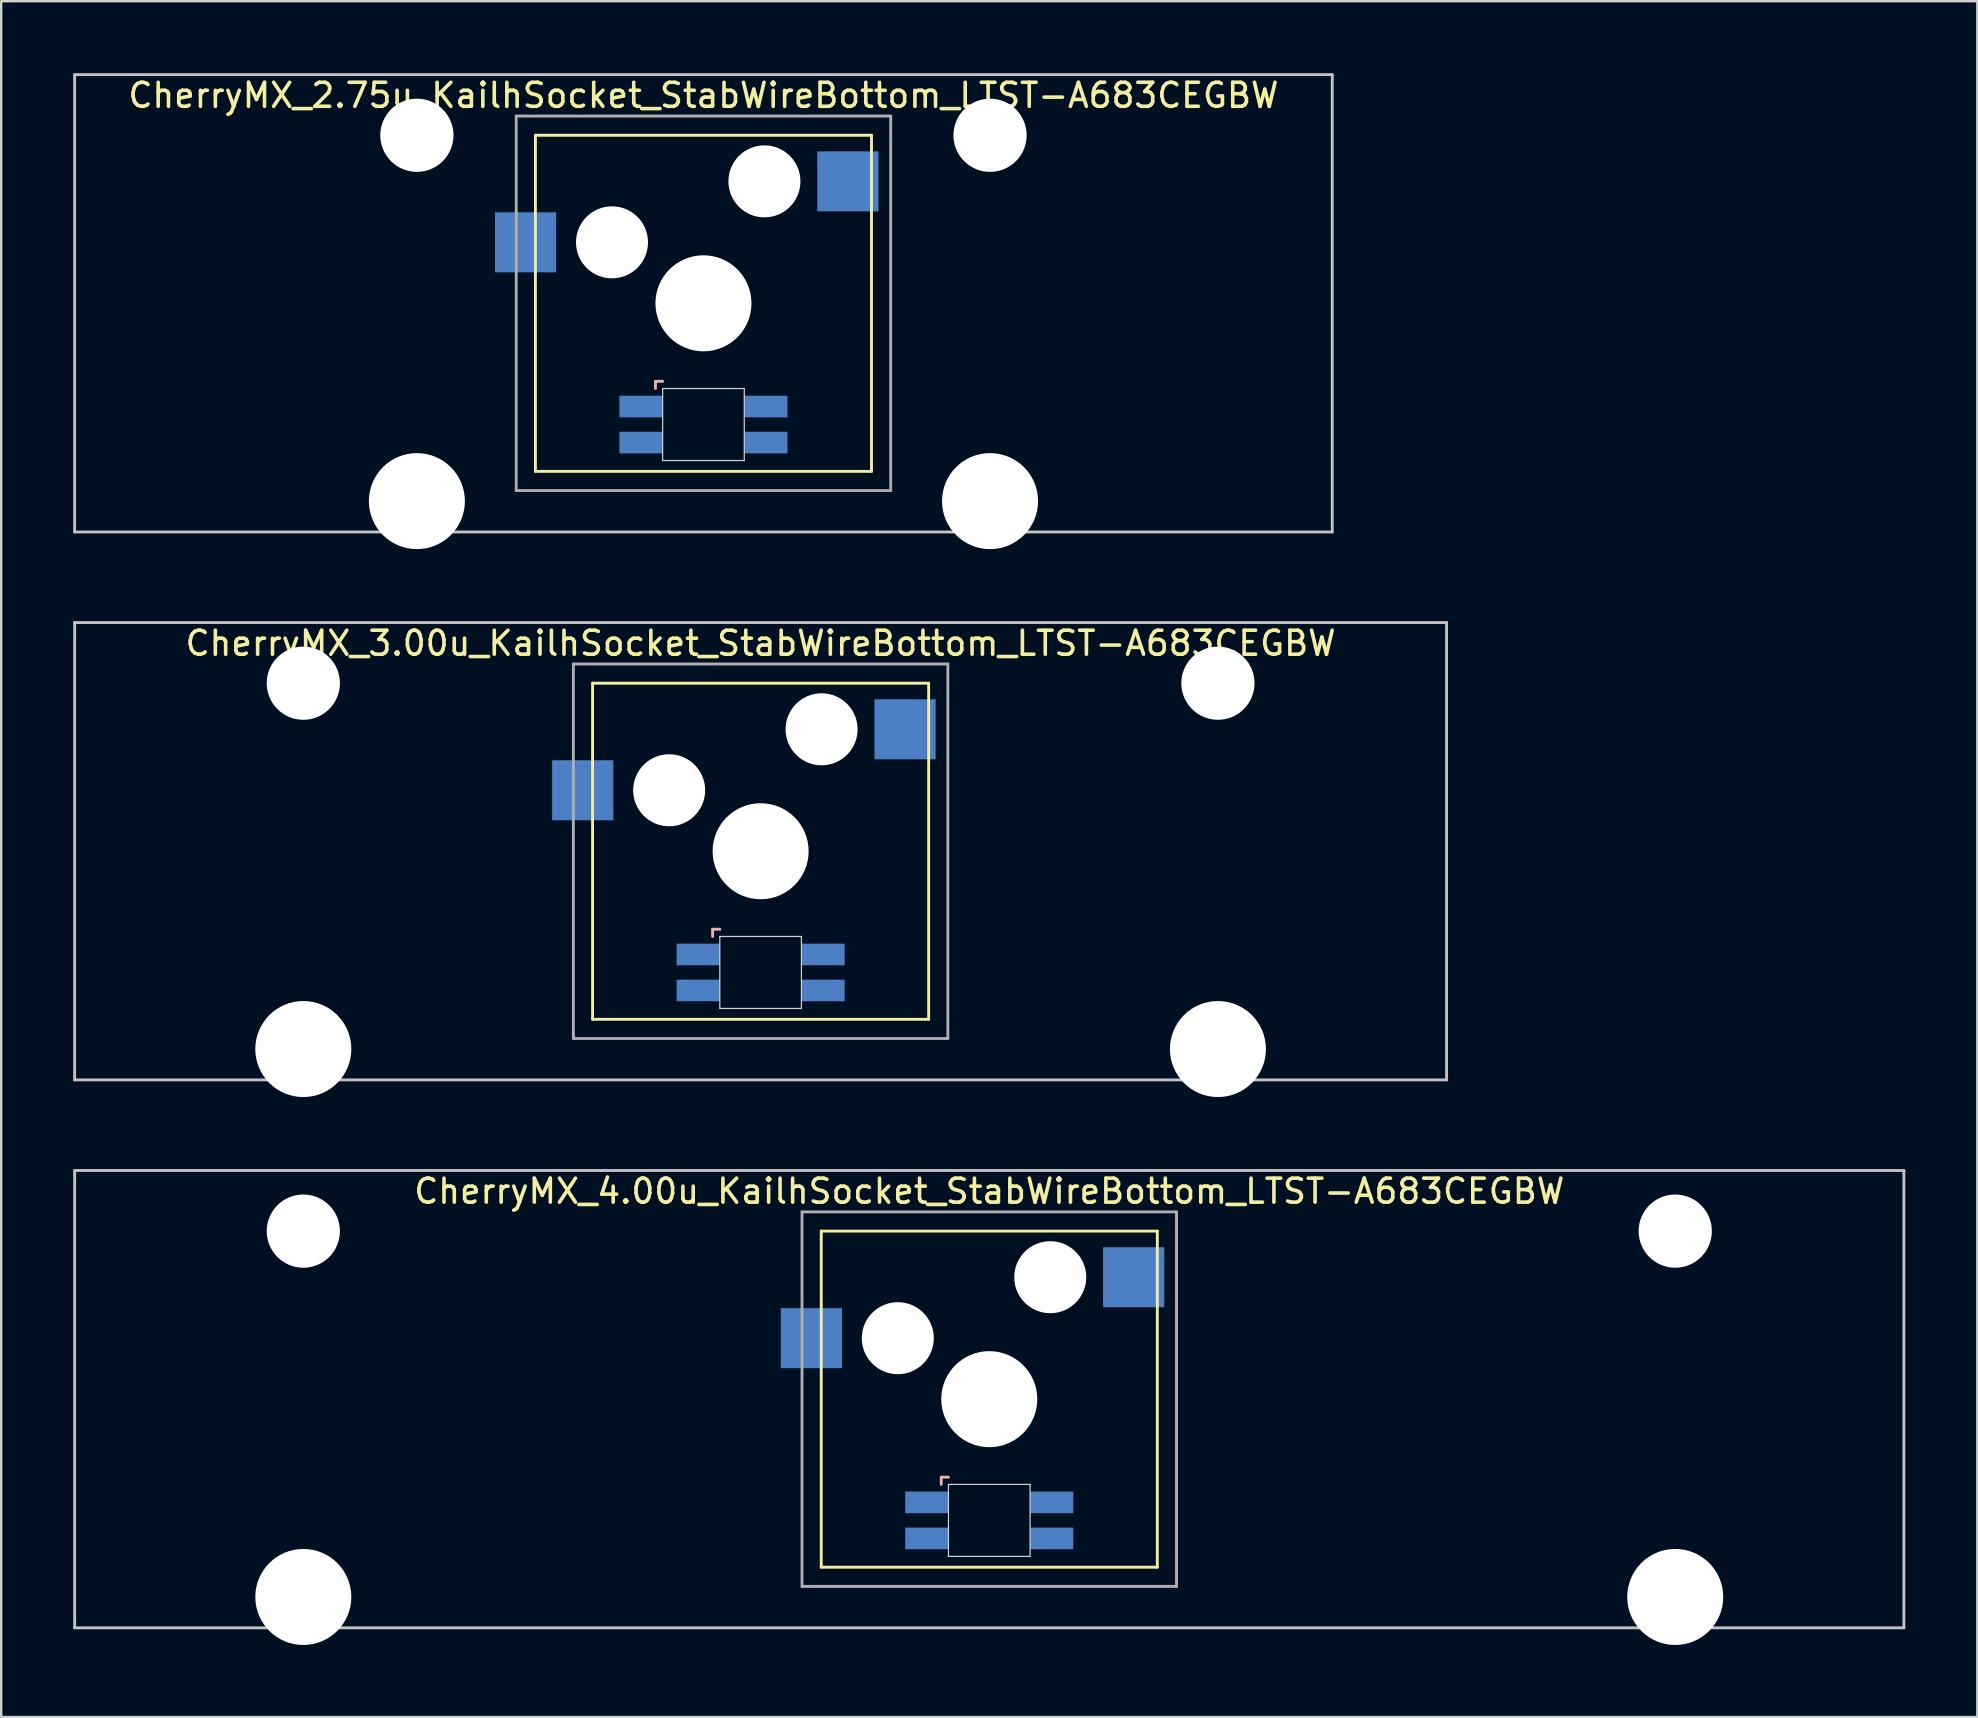
<source format=kicad_pcb>
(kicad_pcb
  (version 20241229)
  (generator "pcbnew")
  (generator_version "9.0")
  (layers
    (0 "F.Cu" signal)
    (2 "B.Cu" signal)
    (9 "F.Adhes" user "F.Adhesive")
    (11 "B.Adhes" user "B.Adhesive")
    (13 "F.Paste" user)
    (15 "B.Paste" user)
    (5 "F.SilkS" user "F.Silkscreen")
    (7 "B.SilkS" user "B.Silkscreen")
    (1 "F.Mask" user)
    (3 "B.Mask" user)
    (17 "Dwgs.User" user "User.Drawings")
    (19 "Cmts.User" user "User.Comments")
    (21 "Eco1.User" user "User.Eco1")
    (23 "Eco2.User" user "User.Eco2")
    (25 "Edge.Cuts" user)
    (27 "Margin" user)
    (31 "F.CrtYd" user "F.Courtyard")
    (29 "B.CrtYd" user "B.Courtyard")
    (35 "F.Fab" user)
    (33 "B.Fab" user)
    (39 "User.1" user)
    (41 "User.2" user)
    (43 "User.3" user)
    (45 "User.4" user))
  (footprint "CherryMX_3.00u_KailhSocket_StabWireBottom_LTST-A683CEGBW"
    (layer "F.Cu")
    (at 28.635 32.41)
    (property "Reference" "CherryMX_3.00u_KailhSocket_StabWireBottom_LTST-A683CEGBW" (at 0 -8.662 0) (layer "F.SilkS") (effects (font (size 1 1) (thickness 0.15))))
    (attr through_hole)
    (fp_line (start -7 -7) (end -7 7) (stroke (width 0.12) (type solid)) (layer "F.SilkS"))
    (fp_line (start -7 -7) (end 7 -7) (stroke (width 0.12) (type solid)) (layer "F.SilkS"))
    (fp_line (start 7 -7) (end 7 7) (stroke (width 0.12) (type solid)) (layer "F.SilkS"))
    (fp_line (start 7 7) (end -7 7) (stroke (width 0.12) (type solid)) (layer "F.SilkS"))
    (fp_line (start -2 3.25) (end -2 3.55) (stroke (width 0.12) (type solid)) (layer "B.SilkS"))
    (fp_line (start -1.7 3.25) (end -2 3.25) (stroke (width 0.12) (type solid)) (layer "B.SilkS"))
    (fp_line (start -28.575 -9.525) (end 28.575 -9.525) (stroke (width 0.12) (type solid)) (layer "Dwgs.User"))
    (fp_line (start -28.575 9.525) (end -28.575 -9.525) (stroke (width 0.12) (type solid)) (layer "Dwgs.User"))
    (fp_line (start 28.575 -9.525) (end 28.575 9.525) (stroke (width 0.12) (type solid)) (layer "Dwgs.User"))
    (fp_line (start 28.575 9.525) (end -28.575 9.525) (stroke (width 0.12) (type solid)) (layer "Dwgs.User"))
    (fp_line (start -1.7 3.55) (end 1.7 3.55) (stroke (width 0.05) (type solid)) (layer "Edge.Cuts"))
    (fp_line (start -1.7 6.55) (end -1.7 3.55) (stroke (width 0.05) (type solid)) (layer "Edge.Cuts"))
    (fp_line (start 1.7 3.55) (end 1.7 6.55) (stroke (width 0.05) (type solid)) (layer "Edge.Cuts"))
    (fp_line (start 1.7 6.55) (end -1.7 6.55) (stroke (width 0.05) (type solid)) (layer "Edge.Cuts"))
    (fp_line (start -7.8 -7.8) (end -7.8 7.8) (stroke (width 0.12) (type solid)) (layer "F.Fab"))
    (fp_line (start -7.8 -7.8) (end 7.8 -7.8) (stroke (width 0.12) (type solid)) (layer "F.Fab"))
    (fp_line (start -7.8 7.8) (end 7.8 7.8) (stroke (width 0.12) (type solid)) (layer "F.Fab"))
    (fp_line (start 7.8 -7.8) (end 7.8 7.8) (stroke (width 0.12) (type solid)) (layer "F.Fab"))
    (pad "" np_thru_hole circle (at -19.05 -7) (size 3.05 3.05) (drill 3.05) (layers "*.Cu" "*.Mask"))
    (pad "" np_thru_hole circle (at -19.05 8.24) (size 4 4) (drill 4) (layers "*.Cu" "*.Mask"))
    (pad "" np_thru_hole circle (at -3.81 -2.54) (size 3 3) (drill 3) (layers "*.Cu" "*.Mask"))
    (pad "" np_thru_hole circle (at 0 0) (size 4 4) (drill 4) (layers "*.Cu" "*.Mask"))
    (pad "" np_thru_hole circle (at 2.54 -5.08) (size 3 3) (drill 3) (layers "*.Cu" "*.Mask"))
    (pad "" np_thru_hole circle (at 19.05 -7) (size 3.05 3.05) (drill 3.05) (layers "*.Cu" "*.Mask"))
    (pad "" np_thru_hole circle (at 19.05 8.24) (size 4 4) (drill 4) (layers "*.Cu" "*.Mask"))
    (pad "1" smd rect (at -7.41 -2.54) (size 2.55 2.5) (layers "B.Cu" "B.Mask" "B.Paste"))
    (pad "2" smd rect (at 6.015 -5.08) (size 2.55 2.5) (layers "B.Cu" "B.Mask" "B.Paste"))
    (pad "3" smd rect (at -2.6 4.3) (size 1.8 0.9) (layers "B.Cu" "B.Mask" "B.Paste"))
    (pad "4" smd rect (at -2.6 5.8) (size 1.8 0.9) (layers "B.Cu" "B.Mask" "B.Paste"))
    (pad "5" smd rect (at 2.6 4.3) (size 1.8 0.9) (layers "B.Cu" "B.Mask" "B.Paste"))
    (pad "6" smd rect (at 2.6 5.8) (size 1.8 0.9) (layers "B.Cu" "B.Mask" "B.Paste")))
  (footprint "CherryMX_2.75u_KailhSocket_StabWireBottom_LTST-A683CEGBW"
    (layer "F.Cu")
    (at 26.254 9.585)
    (property "Reference" "CherryMX_2.75u_KailhSocket_StabWireBottom_LTST-A683CEGBW" (at 0 -8.662 0) (layer "F.SilkS") (effects (font (size 1 1) (thickness 0.15))))
    (attr through_hole)
    (fp_line (start -7 -7) (end -7 7) (stroke (width 0.12) (type solid)) (layer "F.SilkS"))
    (fp_line (start -7 -7) (end 7 -7) (stroke (width 0.12) (type solid)) (layer "F.SilkS"))
    (fp_line (start 7 -7) (end 7 7) (stroke (width 0.12) (type solid)) (layer "F.SilkS"))
    (fp_line (start 7 7) (end -7 7) (stroke (width 0.12) (type solid)) (layer "F.SilkS"))
    (fp_line (start -2 3.25) (end -2 3.55) (stroke (width 0.12) (type solid)) (layer "B.SilkS"))
    (fp_line (start -1.7 3.25) (end -2 3.25) (stroke (width 0.12) (type solid)) (layer "B.SilkS"))
    (fp_line (start -26.194 -9.525) (end 26.194 -9.525) (stroke (width 0.12) (type solid)) (layer "Dwgs.User"))
    (fp_line (start -26.194 9.525) (end -26.194 -9.525) (stroke (width 0.12) (type solid)) (layer "Dwgs.User"))
    (fp_line (start 26.194 -9.525) (end 26.194 9.525) (stroke (width 0.12) (type solid)) (layer "Dwgs.User"))
    (fp_line (start 26.194 9.525) (end -26.194 9.525) (stroke (width 0.12) (type solid)) (layer "Dwgs.User"))
    (fp_line (start -1.7 3.55) (end 1.7 3.55) (stroke (width 0.05) (type solid)) (layer "Edge.Cuts"))
    (fp_line (start -1.7 6.55) (end -1.7 3.55) (stroke (width 0.05) (type solid)) (layer "Edge.Cuts"))
    (fp_line (start 1.7 3.55) (end 1.7 6.55) (stroke (width 0.05) (type solid)) (layer "Edge.Cuts"))
    (fp_line (start 1.7 6.55) (end -1.7 6.55) (stroke (width 0.05) (type solid)) (layer "Edge.Cuts"))
    (fp_line (start -7.8 -7.8) (end -7.8 7.8) (stroke (width 0.12) (type solid)) (layer "F.Fab"))
    (fp_line (start -7.8 -7.8) (end 7.8 -7.8) (stroke (width 0.12) (type solid)) (layer "F.Fab"))
    (fp_line (start -7.8 7.8) (end 7.8 7.8) (stroke (width 0.12) (type solid)) (layer "F.Fab"))
    (fp_line (start 7.8 -7.8) (end 7.8 7.8) (stroke (width 0.12) (type solid)) (layer "F.Fab"))
    (pad "" np_thru_hole circle (at -11.938 -7) (size 3.05 3.05) (drill 3.05) (layers "*.Cu" "*.Mask"))
    (pad "" np_thru_hole circle (at -11.938 8.24) (size 4 4) (drill 4) (layers "*.Cu" "*.Mask"))
    (pad "" np_thru_hole circle (at -3.81 -2.54) (size 3 3) (drill 3) (layers "*.Cu" "*.Mask"))
    (pad "" np_thru_hole circle (at 0 0) (size 4 4) (drill 4) (layers "*.Cu" "*.Mask"))
    (pad "" np_thru_hole circle (at 2.54 -5.08) (size 3 3) (drill 3) (layers "*.Cu" "*.Mask"))
    (pad "" np_thru_hole circle (at 11.938 -7) (size 3.05 3.05) (drill 3.05) (layers "*.Cu" "*.Mask"))
    (pad "" np_thru_hole circle (at 11.938 8.24) (size 4 4) (drill 4) (layers "*.Cu" "*.Mask"))
    (pad "1" smd rect (at -7.41 -2.54) (size 2.55 2.5) (layers "B.Cu" "B.Mask" "B.Paste"))
    (pad "2" smd rect (at 6.015 -5.08) (size 2.55 2.5) (layers "B.Cu" "B.Mask" "B.Paste"))
    (pad "3" smd rect (at -2.6 4.3) (size 1.8 0.9) (layers "B.Cu" "B.Mask" "B.Paste"))
    (pad "4" smd rect (at -2.6 5.8) (size 1.8 0.9) (layers "B.Cu" "B.Mask" "B.Paste"))
    (pad "5" smd rect (at 2.6 4.3) (size 1.8 0.9) (layers "B.Cu" "B.Mask" "B.Paste"))
    (pad "6" smd rect (at 2.6 5.8) (size 1.8 0.9) (layers "B.Cu" "B.Mask" "B.Paste")))
  (footprint "CherryMX_4.00u_KailhSocket_StabWireBottom_LTST-A683CEGBW"
    (layer "F.Cu")
    (at 38.16 55.235)
    (property "Reference" "CherryMX_4.00u_KailhSocket_StabWireBottom_LTST-A683CEGBW" (at 0 -8.662 0) (layer "F.SilkS") (effects (font (size 1 1) (thickness 0.15))))
    (attr through_hole)
    (fp_line (start -7 -7) (end -7 7) (stroke (width 0.12) (type solid)) (layer "F.SilkS"))
    (fp_line (start -7 -7) (end 7 -7) (stroke (width 0.12) (type solid)) (layer "F.SilkS"))
    (fp_line (start 7 -7) (end 7 7) (stroke (width 0.12) (type solid)) (layer "F.SilkS"))
    (fp_line (start 7 7) (end -7 7) (stroke (width 0.12) (type solid)) (layer "F.SilkS"))
    (fp_line (start -2 3.25) (end -2 3.55) (stroke (width 0.12) (type solid)) (layer "B.SilkS"))
    (fp_line (start -1.7 3.25) (end -2 3.25) (stroke (width 0.12) (type solid)) (layer "B.SilkS"))
    (fp_line (start -38.1 -9.525) (end 38.1 -9.525) (stroke (width 0.12) (type solid)) (layer "Dwgs.User"))
    (fp_line (start -38.1 9.525) (end -38.1 -9.525) (stroke (width 0.12) (type solid)) (layer "Dwgs.User"))
    (fp_line (start 38.1 -9.525) (end 38.1 9.525) (stroke (width 0.12) (type solid)) (layer "Dwgs.User"))
    (fp_line (start 38.1 9.525) (end -38.1 9.525) (stroke (width 0.12) (type solid)) (layer "Dwgs.User"))
    (fp_line (start -1.7 3.55) (end 1.7 3.55) (stroke (width 0.05) (type solid)) (layer "Edge.Cuts"))
    (fp_line (start -1.7 6.55) (end -1.7 3.55) (stroke (width 0.05) (type solid)) (layer "Edge.Cuts"))
    (fp_line (start 1.7 3.55) (end 1.7 6.55) (stroke (width 0.05) (type solid)) (layer "Edge.Cuts"))
    (fp_line (start 1.7 6.55) (end -1.7 6.55) (stroke (width 0.05) (type solid)) (layer "Edge.Cuts"))
    (fp_line (start -7.8 -7.8) (end -7.8 7.8) (stroke (width 0.12) (type solid)) (layer "F.Fab"))
    (fp_line (start -7.8 -7.8) (end 7.8 -7.8) (stroke (width 0.12) (type solid)) (layer "F.Fab"))
    (fp_line (start -7.8 7.8) (end 7.8 7.8) (stroke (width 0.12) (type solid)) (layer "F.Fab"))
    (fp_line (start 7.8 -7.8) (end 7.8 7.8) (stroke (width 0.12) (type solid)) (layer "F.Fab"))
    (pad "" np_thru_hole circle (at -28.575 -7) (size 3.05 3.05) (drill 3.05) (layers "*.Cu" "*.Mask"))
    (pad "" np_thru_hole circle (at -28.575 8.24) (size 4 4) (drill 4) (layers "*.Cu" "*.Mask"))
    (pad "" np_thru_hole circle (at -3.81 -2.54) (size 3 3) (drill 3) (layers "*.Cu" "*.Mask"))
    (pad "" np_thru_hole circle (at 0 0) (size 4 4) (drill 4) (layers "*.Cu" "*.Mask"))
    (pad "" np_thru_hole circle (at 2.54 -5.08) (size 3 3) (drill 3) (layers "*.Cu" "*.Mask"))
    (pad "" np_thru_hole circle (at 28.575 -7) (size 3.05 3.05) (drill 3.05) (layers "*.Cu" "*.Mask"))
    (pad "" np_thru_hole circle (at 28.575 8.24) (size 4 4) (drill 4) (layers "*.Cu" "*.Mask"))
    (pad "1" smd rect (at -7.41 -2.54) (size 2.55 2.5) (layers "B.Cu" "B.Mask" "B.Paste"))
    (pad "2" smd rect (at 6.015 -5.08) (size 2.55 2.5) (layers "B.Cu" "B.Mask" "B.Paste"))
    (pad "3" smd rect (at -2.6 4.3) (size 1.8 0.9) (layers "B.Cu" "B.Mask" "B.Paste"))
    (pad "4" smd rect (at -2.6 5.8) (size 1.8 0.9) (layers "B.Cu" "B.Mask" "B.Paste"))
    (pad "5" smd rect (at 2.6 4.3) (size 1.8 0.9) (layers "B.Cu" "B.Mask" "B.Paste"))
    (pad "6" smd rect (at 2.6 5.8) (size 1.8 0.9) (layers "B.Cu" "B.Mask" "B.Paste")))
  (gr_rect
    (start -3 -3)
    (end 79.32 68.475)
    (stroke (width 0.1) (type default))
    (fill no)
    (layer "Edge.Cuts")))
</source>
